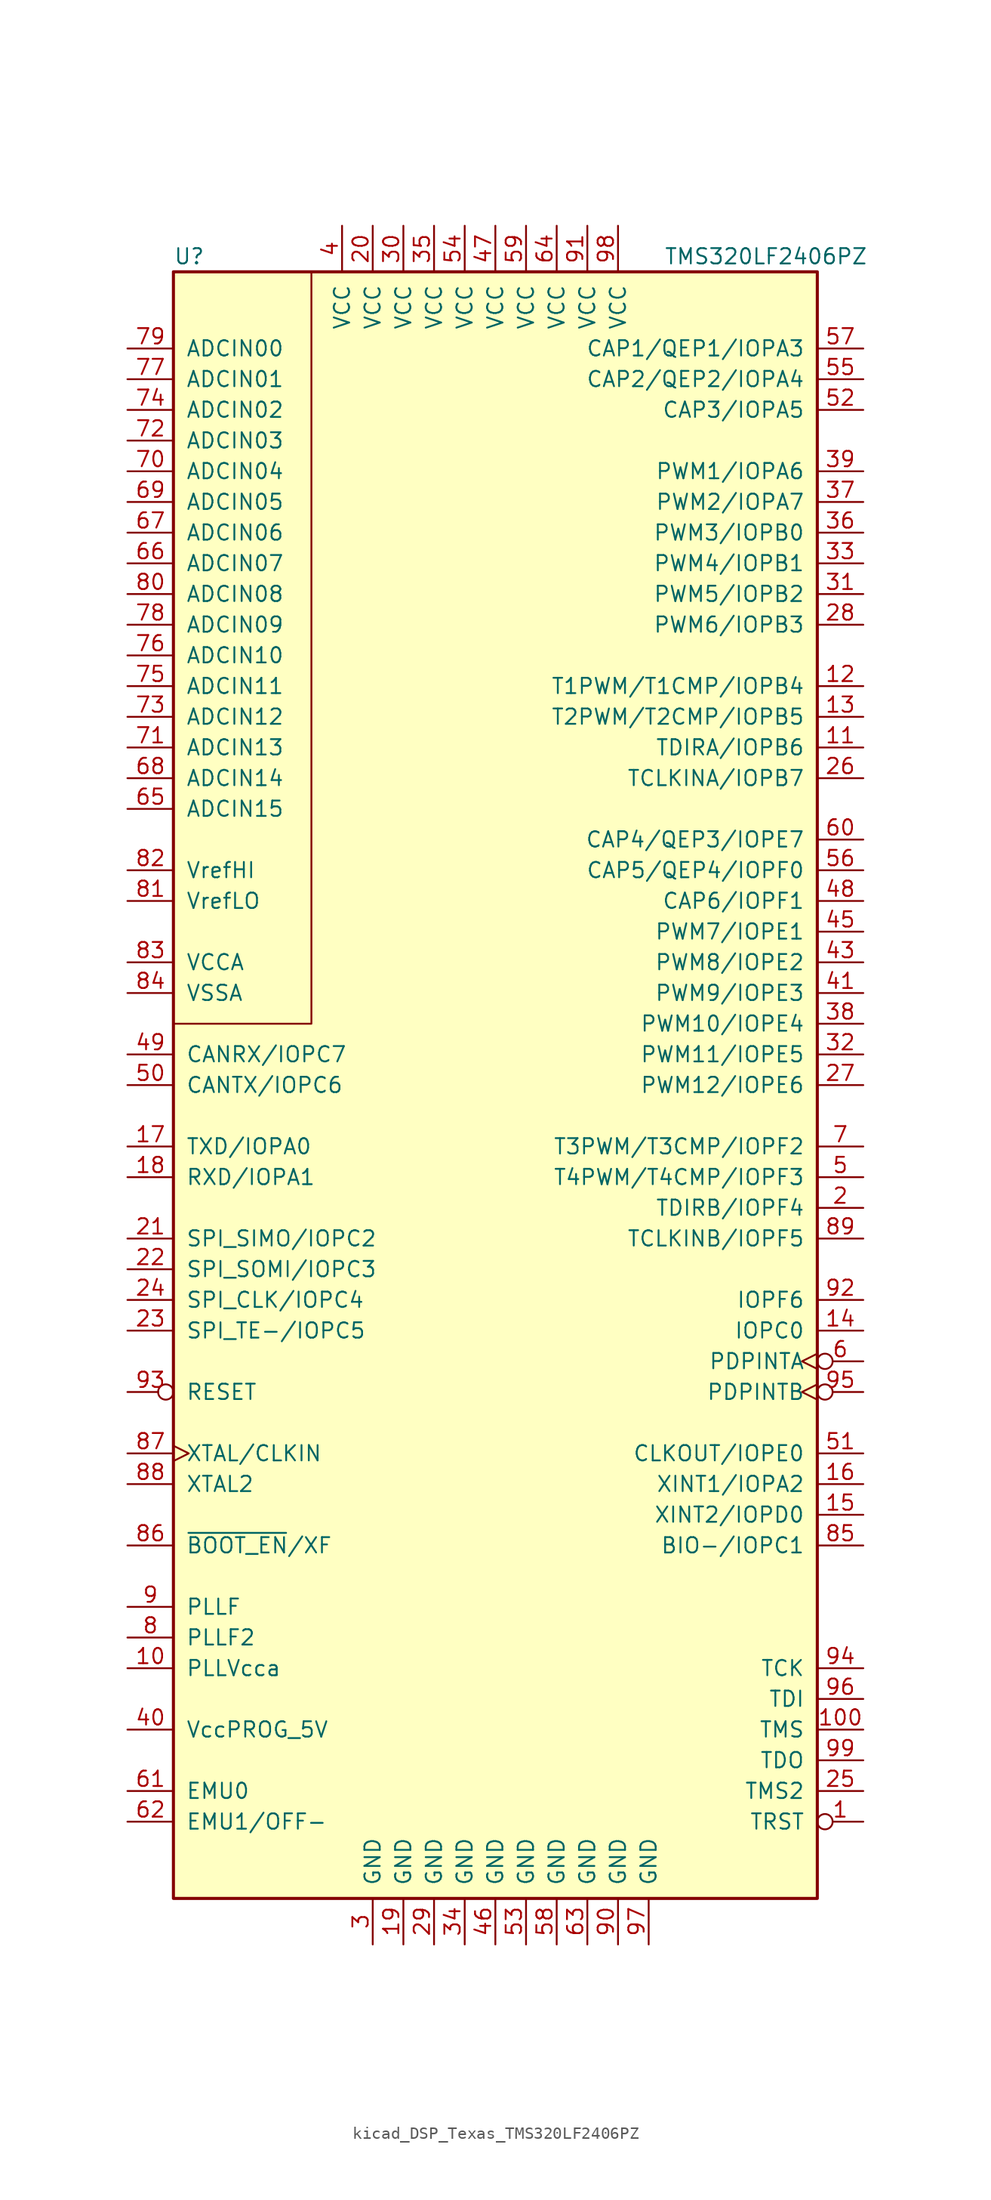
<source format=kicad_sym>
(kicad_symbol_lib
  (version 20220914)
  (generator kicad_symbol_editor)
  (symbol "kicad_DSP_Texas_TMS320LF2406PZ"
    (pin_names
      (offset 1.016))
    (property "Reference" "U"
      (at -26.67 66.04 0)
      (effects (font (size 1.27 1.27)) (justify left)))
    (property "Value" "TMS320LF2406PZ"
      (at 13.97 66.04 0)
      (effects (font (size 1.27 1.27)) (justify left)))
    (symbol "kicad_DSP_Texas_TMS320LF2406PZ_0_1"
      (rectangle (start -26.67 64.77) (end 26.67 -69.85) (stroke (width 0.254) (type default)) (fill (type background)))
      (polyline (pts (xy -15.24 64.77) (xy -15.24 2.54) (xy -22.86 2.54) (xy -26.67 2.54)) (stroke (width 0) (type default)) (fill (type none))))
    (symbol "kicad_DSP_Texas_TMS320LF2406PZ_1_1"
      (pin input inverted (at 30.48 -63.5 180) (length 3.81) (name "TRST" (effects (font (size 1.27 1.27)))) (number "1" (effects (font (size 1.27 1.27)))))
      (pin passive line (at -30.48 -50.8 0) (length 3.81) (name "PLLVcca" (effects (font (size 1.27 1.27)))) (number "10" (effects (font (size 1.27 1.27)))))
      (pin input line (at 30.48 -55.88 180) (length 3.81) (name "TMS" (effects (font (size 1.27 1.27)))) (number "100" (effects (font (size 1.27 1.27)))))
      (pin bidirectional line (at 30.48 25.4 180) (length 3.81) (name "TDIRA/IOPB6" (effects (font (size 1.27 1.27)))) (number "11" (effects (font (size 1.27 1.27)))))
      (pin bidirectional line (at 30.48 30.48 180) (length 3.81) (name "T1PWM/T1CMP/IOPB4" (effects (font (size 1.27 1.27)))) (number "12" (effects (font (size 1.27 1.27)))))
      (pin bidirectional line (at 30.48 27.94 180) (length 3.81) (name "T2PWM/T2CMP/IOPB5" (effects (font (size 1.27 1.27)))) (number "13" (effects (font (size 1.27 1.27)))))
      (pin bidirectional line (at 30.48 -22.86 180) (length 3.81) (name "IOPC0" (effects (font (size 1.27 1.27)))) (number "14" (effects (font (size 1.27 1.27)))))
      (pin bidirectional line (at 30.48 -38.1 180) (length 3.81) (name "XINT2/IOPD0" (effects (font (size 1.27 1.27)))) (number "15" (effects (font (size 1.27 1.27)))))
      (pin bidirectional line (at 30.48 -35.56 180) (length 3.81) (name "XINT1/IOPA2" (effects (font (size 1.27 1.27)))) (number "16" (effects (font (size 1.27 1.27)))))
      (pin bidirectional line (at -30.48 -7.62 0) (length 3.81) (name "TXD/IOPA0" (effects (font (size 1.27 1.27)))) (number "17" (effects (font (size 1.27 1.27)))))
      (pin bidirectional line (at -30.48 -10.16 0) (length 3.81) (name "RXD/IOPA1" (effects (font (size 1.27 1.27)))) (number "18" (effects (font (size 1.27 1.27)))))
      (pin power_in line (at -7.62 -73.66 90) (length 3.81) (name "GND" (effects (font (size 1.27 1.27)))) (number "19" (effects (font (size 1.27 1.27)))))
      (pin bidirectional line (at 30.48 -12.7 180) (length 3.81) (name "TDIRB/IOPF4" (effects (font (size 1.27 1.27)))) (number "2" (effects (font (size 1.27 1.27)))))
      (pin power_in line (at -10.16 68.58 270) (length 3.81) (name "VCC" (effects (font (size 1.27 1.27)))) (number "20" (effects (font (size 1.27 1.27)))))
      (pin bidirectional line (at -30.48 -15.24 0) (length 3.81) (name "SPI_SIMO/IOPC2" (effects (font (size 1.27 1.27)))) (number "21" (effects (font (size 1.27 1.27)))))
      (pin bidirectional line (at -30.48 -17.78 0) (length 3.81) (name "SPI_SOMI/IOPC3" (effects (font (size 1.27 1.27)))) (number "22" (effects (font (size 1.27 1.27)))))
      (pin bidirectional line (at -30.48 -22.86 0) (length 3.81) (name "SPI_TE-/IOPC5" (effects (font (size 1.27 1.27)))) (number "23" (effects (font (size 1.27 1.27)))))
      (pin bidirectional line (at -30.48 -20.32 0) (length 3.81) (name "SPI_CLK/IOPC4" (effects (font (size 1.27 1.27)))) (number "24" (effects (font (size 1.27 1.27)))))
      (pin input line (at 30.48 -60.96 180) (length 3.81) (name "TMS2" (effects (font (size 1.27 1.27)))) (number "25" (effects (font (size 1.27 1.27)))))
      (pin passive line (at 30.48 22.86 180) (length 3.81) (name "TCLKINA/IOPB7" (effects (font (size 1.27 1.27)))) (number "26" (effects (font (size 1.27 1.27)))))
      (pin bidirectional line (at 30.48 -2.54 180) (length 3.81) (name "PWM12/IOPE6" (effects (font (size 1.27 1.27)))) (number "27" (effects (font (size 1.27 1.27)))))
      (pin bidirectional line (at 30.48 35.56 180) (length 3.81) (name "PWM6/IOPB3" (effects (font (size 1.27 1.27)))) (number "28" (effects (font (size 1.27 1.27)))))
      (pin power_in line (at -5.08 -73.66 90) (length 3.81) (name "GND" (effects (font (size 1.27 1.27)))) (number "29" (effects (font (size 1.27 1.27)))))
      (pin power_in line (at -10.16 -73.66 90) (length 3.81) (name "GND" (effects (font (size 1.27 1.27)))) (number "3" (effects (font (size 1.27 1.27)))))
      (pin power_in line (at -7.62 68.58 270) (length 3.81) (name "VCC" (effects (font (size 1.27 1.27)))) (number "30" (effects (font (size 1.27 1.27)))))
      (pin bidirectional line (at 30.48 38.1 180) (length 3.81) (name "PWM5/IOPB2" (effects (font (size 1.27 1.27)))) (number "31" (effects (font (size 1.27 1.27)))))
      (pin bidirectional line (at 30.48 0 180) (length 3.81) (name "PWM11/IOPE5" (effects (font (size 1.27 1.27)))) (number "32" (effects (font (size 1.27 1.27)))))
      (pin bidirectional line (at 30.48 40.64 180) (length 3.81) (name "PWM4/IOPB1" (effects (font (size 1.27 1.27)))) (number "33" (effects (font (size 1.27 1.27)))))
      (pin power_in line (at -2.54 -73.66 90) (length 3.81) (name "GND" (effects (font (size 1.27 1.27)))) (number "34" (effects (font (size 1.27 1.27)))))
      (pin power_in line (at -5.08 68.58 270) (length 3.81) (name "VCC" (effects (font (size 1.27 1.27)))) (number "35" (effects (font (size 1.27 1.27)))))
      (pin bidirectional line (at 30.48 43.18 180) (length 3.81) (name "PWM3/IOPB0" (effects (font (size 1.27 1.27)))) (number "36" (effects (font (size 1.27 1.27)))))
      (pin bidirectional line (at 30.48 45.72 180) (length 3.81) (name "PWM2/IOPA7" (effects (font (size 1.27 1.27)))) (number "37" (effects (font (size 1.27 1.27)))))
      (pin bidirectional line (at 30.48 2.54 180) (length 3.81) (name "PWM10/IOPE4" (effects (font (size 1.27 1.27)))) (number "38" (effects (font (size 1.27 1.27)))))
      (pin bidirectional line (at 30.48 48.26 180) (length 3.81) (name "PWM1/IOPA6" (effects (font (size 1.27 1.27)))) (number "39" (effects (font (size 1.27 1.27)))))
      (pin power_in line (at -12.7 68.58 270) (length 3.81) (name "VCC" (effects (font (size 1.27 1.27)))) (number "4" (effects (font (size 1.27 1.27)))))
      (pin passive line (at -30.48 -55.88 0) (length 3.81) (name "VccPROG_5V" (effects (font (size 1.27 1.27)))) (number "40" (effects (font (size 1.27 1.27)))))
      (pin bidirectional line (at 30.48 5.08 180) (length 3.81) (name "PWM9/IOPE3" (effects (font (size 1.27 1.27)))) (number "41" (effects (font (size 1.27 1.27)))))
      (pin bidirectional line (at 30.48 7.62 180) (length 3.81) (name "PWM8/IOPE2" (effects (font (size 1.27 1.27)))) (number "43" (effects (font (size 1.27 1.27)))))
      (pin bidirectional line (at 30.48 10.16 180) (length 3.81) (name "PWM7/IOPE1" (effects (font (size 1.27 1.27)))) (number "45" (effects (font (size 1.27 1.27)))))
      (pin power_in line (at 0 -73.66 90) (length 3.81) (name "GND" (effects (font (size 1.27 1.27)))) (number "46" (effects (font (size 1.27 1.27)))))
      (pin power_in line (at 0 68.58 270) (length 3.81) (name "VCC" (effects (font (size 1.27 1.27)))) (number "47" (effects (font (size 1.27 1.27)))))
      (pin bidirectional line (at 30.48 12.7 180) (length 3.81) (name "CAP6/IOPF1" (effects (font (size 1.27 1.27)))) (number "48" (effects (font (size 1.27 1.27)))))
      (pin bidirectional line (at -30.48 0 0) (length 3.81) (name "CANRX/IOPC7" (effects (font (size 1.27 1.27)))) (number "49" (effects (font (size 1.27 1.27)))))
      (pin bidirectional line (at 30.48 -10.16 180) (length 3.81) (name "T4PWM/T4CMP/IOPF3" (effects (font (size 1.27 1.27)))) (number "5" (effects (font (size 1.27 1.27)))))
      (pin bidirectional line (at -30.48 -2.54 0) (length 3.81) (name "CANTX/IOPC6" (effects (font (size 1.27 1.27)))) (number "50" (effects (font (size 1.27 1.27)))))
      (pin bidirectional line (at 30.48 -33.02 180) (length 3.81) (name "CLKOUT/IOPE0" (effects (font (size 1.27 1.27)))) (number "51" (effects (font (size 1.27 1.27)))))
      (pin bidirectional line (at 30.48 53.34 180) (length 3.81) (name "CAP3/IOPA5" (effects (font (size 1.27 1.27)))) (number "52" (effects (font (size 1.27 1.27)))))
      (pin power_in line (at 2.54 -73.66 90) (length 3.81) (name "GND" (effects (font (size 1.27 1.27)))) (number "53" (effects (font (size 1.27 1.27)))))
      (pin power_in line (at -2.54 68.58 270) (length 3.81) (name "VCC" (effects (font (size 1.27 1.27)))) (number "54" (effects (font (size 1.27 1.27)))))
      (pin bidirectional line (at 30.48 55.88 180) (length 3.81) (name "CAP2/QEP2/IOPA4" (effects (font (size 1.27 1.27)))) (number "55" (effects (font (size 1.27 1.27)))))
      (pin passive line (at 30.48 15.24 180) (length 3.81) (name "CAP5/QEP4/IOPF0" (effects (font (size 1.27 1.27)))) (number "56" (effects (font (size 1.27 1.27)))))
      (pin bidirectional line (at 30.48 58.42 180) (length 3.81) (name "CAP1/QEP1/IOPA3" (effects (font (size 1.27 1.27)))) (number "57" (effects (font (size 1.27 1.27)))))
      (pin power_in line (at 5.08 -73.66 90) (length 3.81) (name "GND" (effects (font (size 1.27 1.27)))) (number "58" (effects (font (size 1.27 1.27)))))
      (pin power_in line (at 2.54 68.58 270) (length 3.81) (name "VCC" (effects (font (size 1.27 1.27)))) (number "59" (effects (font (size 1.27 1.27)))))
      (pin input inverted_clock (at 30.48 -25.4 180) (length 3.81) (name "PDPINTA" (effects (font (size 1.27 1.27)))) (number "6" (effects (font (size 1.27 1.27)))))
      (pin bidirectional line (at 30.48 17.78 180) (length 3.81) (name "CAP4/QEP3/IOPE7" (effects (font (size 1.27 1.27)))) (number "60" (effects (font (size 1.27 1.27)))))
      (pin bidirectional line (at -30.48 -60.96 0) (length 3.81) (name "EMU0" (effects (font (size 1.27 1.27)))) (number "61" (effects (font (size 1.27 1.27)))))
      (pin bidirectional line (at -30.48 -63.5 0) (length 3.81) (name "EMU1/OFF-" (effects (font (size 1.27 1.27)))) (number "62" (effects (font (size 1.27 1.27)))))
      (pin power_in line (at 7.62 -73.66 90) (length 3.81) (name "GND" (effects (font (size 1.27 1.27)))) (number "63" (effects (font (size 1.27 1.27)))))
      (pin power_in line (at 5.08 68.58 270) (length 3.81) (name "VCC" (effects (font (size 1.27 1.27)))) (number "64" (effects (font (size 1.27 1.27)))))
      (pin input line (at -30.48 20.32 0) (length 3.81) (name "ADCIN15" (effects (font (size 1.27 1.27)))) (number "65" (effects (font (size 1.27 1.27)))))
      (pin input line (at -30.48 40.64 0) (length 3.81) (name "ADCIN07" (effects (font (size 1.27 1.27)))) (number "66" (effects (font (size 1.27 1.27)))))
      (pin input line (at -30.48 43.18 0) (length 3.81) (name "ADCIN06" (effects (font (size 1.27 1.27)))) (number "67" (effects (font (size 1.27 1.27)))))
      (pin input line (at -30.48 22.86 0) (length 3.81) (name "ADCIN14" (effects (font (size 1.27 1.27)))) (number "68" (effects (font (size 1.27 1.27)))))
      (pin input line (at -30.48 45.72 0) (length 3.81) (name "ADCIN05" (effects (font (size 1.27 1.27)))) (number "69" (effects (font (size 1.27 1.27)))))
      (pin bidirectional line (at 30.48 -7.62 180) (length 3.81) (name "T3PWM/T3CMP/IOPF2" (effects (font (size 1.27 1.27)))) (number "7" (effects (font (size 1.27 1.27)))))
      (pin input line (at -30.48 48.26 0) (length 3.81) (name "ADCIN04" (effects (font (size 1.27 1.27)))) (number "70" (effects (font (size 1.27 1.27)))))
      (pin input line (at -30.48 25.4 0) (length 3.81) (name "ADCIN13" (effects (font (size 1.27 1.27)))) (number "71" (effects (font (size 1.27 1.27)))))
      (pin input line (at -30.48 50.8 0) (length 3.81) (name "ADCIN03" (effects (font (size 1.27 1.27)))) (number "72" (effects (font (size 1.27 1.27)))))
      (pin input line (at -30.48 27.94 0) (length 3.81) (name "ADCIN12" (effects (font (size 1.27 1.27)))) (number "73" (effects (font (size 1.27 1.27)))))
      (pin input line (at -30.48 53.34 0) (length 3.81) (name "ADCIN02" (effects (font (size 1.27 1.27)))) (number "74" (effects (font (size 1.27 1.27)))))
      (pin input line (at -30.48 30.48 0) (length 3.81) (name "ADCIN11" (effects (font (size 1.27 1.27)))) (number "75" (effects (font (size 1.27 1.27)))))
      (pin input line (at -30.48 33.02 0) (length 3.81) (name "ADCIN10" (effects (font (size 1.27 1.27)))) (number "76" (effects (font (size 1.27 1.27)))))
      (pin input line (at -30.48 55.88 0) (length 3.81) (name "ADCIN01" (effects (font (size 1.27 1.27)))) (number "77" (effects (font (size 1.27 1.27)))))
      (pin input line (at -30.48 35.56 0) (length 3.81) (name "ADCIN09" (effects (font (size 1.27 1.27)))) (number "78" (effects (font (size 1.27 1.27)))))
      (pin input line (at -30.48 58.42 0) (length 3.81) (name "ADCIN00" (effects (font (size 1.27 1.27)))) (number "79" (effects (font (size 1.27 1.27)))))
      (pin passive line (at -30.48 -48.26 0) (length 3.81) (name "PLLF2" (effects (font (size 1.27 1.27)))) (number "8" (effects (font (size 1.27 1.27)))))
      (pin input line (at -30.48 38.1 0) (length 3.81) (name "ADCIN08" (effects (font (size 1.27 1.27)))) (number "80" (effects (font (size 1.27 1.27)))))
      (pin passive line (at -30.48 12.7 0) (length 3.81) (name "VrefLO" (effects (font (size 1.27 1.27)))) (number "81" (effects (font (size 1.27 1.27)))))
      (pin passive line (at -30.48 15.24 0) (length 3.81) (name "VrefHI" (effects (font (size 1.27 1.27)))) (number "82" (effects (font (size 1.27 1.27)))))
      (pin power_in line (at -30.48 7.62 0) (length 3.81) (name "VCCA" (effects (font (size 1.27 1.27)))) (number "83" (effects (font (size 1.27 1.27)))))
      (pin power_in line (at -30.48 5.08 0) (length 3.81) (name "VSSA" (effects (font (size 1.27 1.27)))) (number "84" (effects (font (size 1.27 1.27)))))
      (pin bidirectional line (at 30.48 -40.64 180) (length 3.81) (name "BIO-/IOPC1" (effects (font (size 1.27 1.27)))) (number "85" (effects (font (size 1.27 1.27)))))
      (pin output line (at -30.48 -40.64 0) (length 3.81) (name "~{BOOT_EN}/XF" (effects (font (size 1.27 1.27)))) (number "86" (effects (font (size 1.27 1.27)))))
      (pin input clock (at -30.48 -33.02 0) (length 3.81) (name "XTAL/CLKIN" (effects (font (size 1.27 1.27)))) (number "87" (effects (font (size 1.27 1.27)))))
      (pin output line (at -30.48 -35.56 0) (length 3.81) (name "XTAL2" (effects (font (size 1.27 1.27)))) (number "88" (effects (font (size 1.27 1.27)))))
      (pin bidirectional line (at 30.48 -15.24 180) (length 3.81) (name "TCLKINB/IOPF5" (effects (font (size 1.27 1.27)))) (number "89" (effects (font (size 1.27 1.27)))))
      (pin passive line (at -30.48 -45.72 0) (length 3.81) (name "PLLF" (effects (font (size 1.27 1.27)))) (number "9" (effects (font (size 1.27 1.27)))))
      (pin power_in line (at 10.16 -73.66 90) (length 3.81) (name "GND" (effects (font (size 1.27 1.27)))) (number "90" (effects (font (size 1.27 1.27)))))
      (pin power_in line (at 7.62 68.58 270) (length 3.81) (name "VCC" (effects (font (size 1.27 1.27)))) (number "91" (effects (font (size 1.27 1.27)))))
      (pin bidirectional line (at 30.48 -20.32 180) (length 3.81) (name "IOPF6" (effects (font (size 1.27 1.27)))) (number "92" (effects (font (size 1.27 1.27)))))
      (pin input inverted (at -30.48 -27.94 0) (length 3.81) (name "RESET" (effects (font (size 1.27 1.27)))) (number "93" (effects (font (size 1.27 1.27)))))
      (pin input line (at 30.48 -50.8 180) (length 3.81) (name "TCK" (effects (font (size 1.27 1.27)))) (number "94" (effects (font (size 1.27 1.27)))))
      (pin input inverted_clock (at 30.48 -27.94 180) (length 3.81) (name "PDPINTB" (effects (font (size 1.27 1.27)))) (number "95" (effects (font (size 1.27 1.27)))))
      (pin input line (at 30.48 -53.34 180) (length 3.81) (name "TDI" (effects (font (size 1.27 1.27)))) (number "96" (effects (font (size 1.27 1.27)))))
      (pin power_in line (at 12.7 -73.66 90) (length 3.81) (name "GND" (effects (font (size 1.27 1.27)))) (number "97" (effects (font (size 1.27 1.27)))))
      (pin power_in line (at 10.16 68.58 270) (length 3.81) (name "VCC" (effects (font (size 1.27 1.27)))) (number "98" (effects (font (size 1.27 1.27)))))
      (pin output line (at 30.48 -58.42 180) (length 3.81) (name "TDO" (effects (font (size 1.27 1.27)))) (number "99" (effects (font (size 1.27 1.27))))))))
</source>
